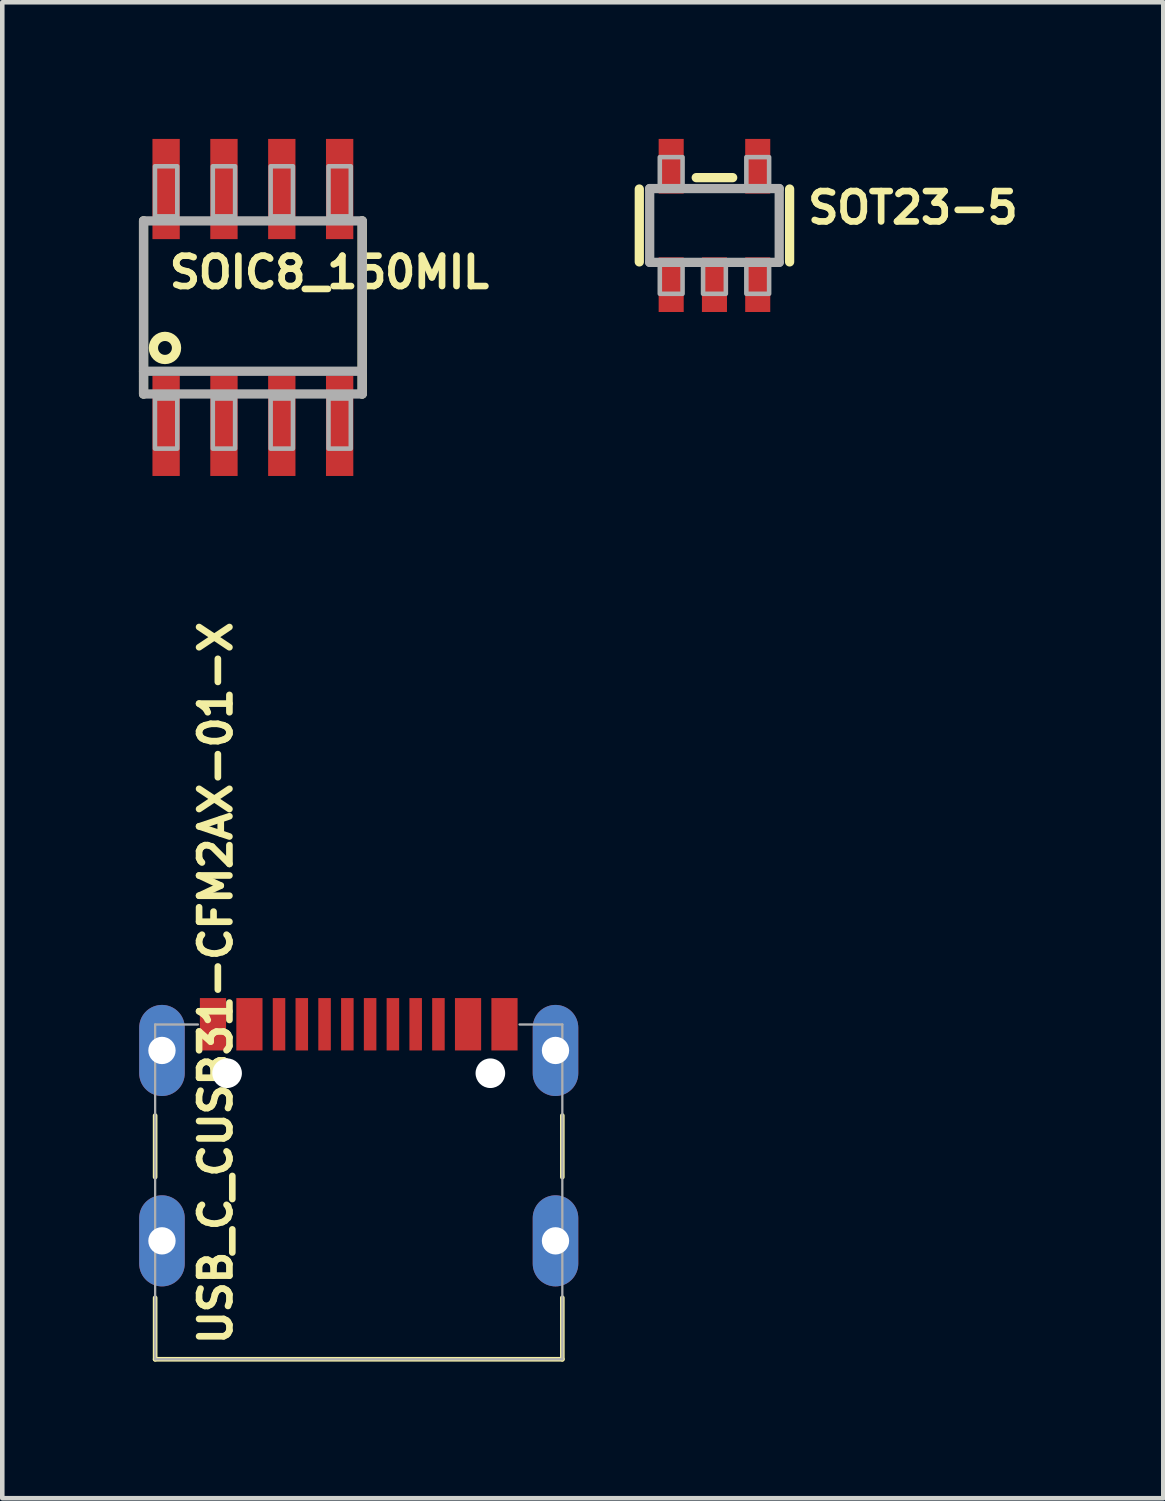
<source format=kicad_pcb>
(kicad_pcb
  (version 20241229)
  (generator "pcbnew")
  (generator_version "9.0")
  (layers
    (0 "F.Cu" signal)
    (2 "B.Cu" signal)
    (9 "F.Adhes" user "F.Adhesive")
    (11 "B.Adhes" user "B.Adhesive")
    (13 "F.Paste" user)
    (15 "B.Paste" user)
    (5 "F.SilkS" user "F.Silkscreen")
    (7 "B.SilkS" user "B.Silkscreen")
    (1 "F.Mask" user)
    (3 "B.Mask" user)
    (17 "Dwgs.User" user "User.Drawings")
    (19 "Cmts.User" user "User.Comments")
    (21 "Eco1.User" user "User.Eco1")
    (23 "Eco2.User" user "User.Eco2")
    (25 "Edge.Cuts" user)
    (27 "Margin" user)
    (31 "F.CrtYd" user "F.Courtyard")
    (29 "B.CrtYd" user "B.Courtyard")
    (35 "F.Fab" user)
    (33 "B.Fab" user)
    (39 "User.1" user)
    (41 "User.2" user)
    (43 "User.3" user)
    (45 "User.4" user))
  (footprint "SOIC8_150MIL"
    (layer "F.Cu")
    (at 2.502 3.7)
    (property "Reference" "SOIC8_150MIL" (at -1.905 -0.381 0) (layer "F.SilkS") (effects (font (size 0.666 0.666) (thickness 0.146)) (justify left bottom)))
    (fp_line (start -2.4 1.9) (end -2.4 -1.9) (stroke (width 0.203) (type solid)) (layer "F.SilkS"))
    (fp_line (start 2.4 -1.9) (end 2.4 1.9) (stroke (width 0.203) (type solid)) (layer "F.SilkS"))
    (fp_circle (center -1.93 0.889) (end -1.676 0.889) (stroke (width 0.203) (type solid)) (fill no) (layer "F.SilkS"))
    (fp_line (start -2.4 -1.9) (end 2.4 -1.9) (stroke (width 0.203) (type solid)) (layer "F.Fab"))
    (fp_line (start -2.4 1.4) (end -2.4 -1.9) (stroke (width 0.203) (type solid)) (layer "F.Fab"))
    (fp_line (start -2.4 1.9) (end -2.4 1.4) (stroke (width 0.203) (type solid)) (layer "F.Fab"))
    (fp_line (start 2.4 -1.9) (end 2.4 1.4) (stroke (width 0.203) (type solid)) (layer "F.Fab"))
    (fp_line (start 2.4 1.4) (end -2.4 1.4) (stroke (width 0.203) (type solid)) (layer "F.Fab"))
    (fp_line (start 2.4 1.4) (end 2.4 1.9) (stroke (width 0.203) (type solid)) (layer "F.Fab"))
    (fp_line (start 2.4 1.9) (end -2.4 1.9) (stroke (width 0.203) (type solid)) (layer "F.Fab"))
    (fp_poly (pts (xy -2.15 -2) (xy -1.66 -2) (xy -1.66 -3.1) (xy -2.15 -3.1)) (stroke (width 0.1) (type solid)) (fill no) (layer "F.Fab"))
    (fp_poly (pts (xy -2.15 3.1) (xy -1.66 3.1) (xy -1.66 2) (xy -2.15 2)) (stroke (width 0.1) (type solid)) (fill no) (layer "F.Fab"))
    (fp_poly (pts (xy -0.88 -2) (xy -0.39 -2) (xy -0.39 -3.1) (xy -0.88 -3.1)) (stroke (width 0.1) (type solid)) (fill no) (layer "F.Fab"))
    (fp_poly (pts (xy -0.88 3.1) (xy -0.39 3.1) (xy -0.39 2) (xy -0.88 2)) (stroke (width 0.1) (type solid)) (fill no) (layer "F.Fab"))
    (fp_poly (pts (xy 0.39 -2) (xy 0.88 -2) (xy 0.88 -3.1) (xy 0.39 -3.1)) (stroke (width 0.1) (type solid)) (fill no) (layer "F.Fab"))
    (fp_poly (pts (xy 0.39 3.1) (xy 0.88 3.1) (xy 0.88 2) (xy 0.39 2)) (stroke (width 0.1) (type solid)) (fill no) (layer "F.Fab"))
    (fp_poly (pts (xy 1.66 -2) (xy 2.15 -2) (xy 2.15 -3.1) (xy 1.66 -3.1)) (stroke (width 0.1) (type solid)) (fill no) (layer "F.Fab"))
    (fp_poly (pts (xy 1.66 3.1) (xy 2.15 3.1) (xy 2.15 2) (xy 1.66 2)) (stroke (width 0.1) (type solid)) (fill no) (layer "F.Fab"))
    (pad "1" smd rect (at -1.905 2.6) (size 0.6 2.2) (layers "F.Cu" "F.Mask" "F.Paste"))
    (pad "2" smd rect (at -0.635 2.6) (size 0.6 2.2) (layers "F.Cu" "F.Mask" "F.Paste"))
    (pad "3" smd rect (at 0.635 2.6) (size 0.6 2.2) (layers "F.Cu" "F.Mask" "F.Paste"))
    (pad "4" smd rect (at 1.905 2.6) (size 0.6 2.2) (layers "F.Cu" "F.Mask" "F.Paste"))
    (pad "5" smd rect (at 1.905 -2.6) (size 0.6 2.2) (layers "F.Cu" "F.Mask" "F.Paste"))
    (pad "6" smd rect (at 0.635 -2.6) (size 0.6 2.2) (layers "F.Cu" "F.Mask" "F.Paste"))
    (pad "7" smd rect (at -0.635 -2.6) (size 0.6 2.2) (layers "F.Cu" "F.Mask" "F.Paste"))
    (pad "8" smd rect (at -1.905 -2.6) (size 0.6 2.2) (layers "F.Cu" "F.Mask" "F.Paste")))
  (footprint "SOT23-5"
    (layer "F.Cu")
    (at 12.636 1.9)
    (property "Reference" "SOT23-5" (at 1.978 0 0) (layer "F.SilkS") (effects (font (size 0.666 0.666) (thickness 0.146)) (justify left bottom)))
    (fp_line (start -1.65 -0.8) (end -1.65 0.8) (stroke (width 0.203) (type solid)) (layer "F.SilkS"))
    (fp_line (start -0.4 -1.05) (end 0.4 -1.05) (stroke (width 0.203) (type solid)) (layer "F.SilkS"))
    (fp_line (start 1.65 -0.8) (end 1.65 0.8) (stroke (width 0.203) (type solid)) (layer "F.SilkS"))
    (fp_line (start -1.422 -0.81) (end 1.422 -0.81) (stroke (width 0.203) (type solid)) (layer "F.Fab"))
    (fp_line (start -1.422 0.81) (end -1.422 -0.81) (stroke (width 0.203) (type solid)) (layer "F.Fab"))
    (fp_line (start 1.422 -0.81) (end 1.422 0.81) (stroke (width 0.203) (type solid)) (layer "F.Fab"))
    (fp_line (start 1.422 0.81) (end -1.422 0.81) (stroke (width 0.203) (type solid)) (layer "F.Fab"))
    (fp_poly (pts (xy -1.2 -0.85) (xy -0.7 -0.85) (xy -0.7 -1.5) (xy -1.2 -1.5)) (stroke (width 0.1) (type solid)) (fill no) (layer "F.Fab"))
    (fp_poly (pts (xy -1.2 1.5) (xy -0.7 1.5) (xy -0.7 0.85) (xy -1.2 0.85)) (stroke (width 0.1) (type solid)) (fill no) (layer "F.Fab"))
    (fp_poly (pts (xy -0.25 1.5) (xy 0.25 1.5) (xy 0.25 0.85) (xy -0.25 0.85)) (stroke (width 0.1) (type solid)) (fill no) (layer "F.Fab"))
    (fp_poly (pts (xy 0.7 -0.85) (xy 1.2 -0.85) (xy 1.2 -1.5) (xy 0.7 -1.5)) (stroke (width 0.1) (type solid)) (fill no) (layer "F.Fab"))
    (fp_poly (pts (xy 0.7 1.5) (xy 1.2 1.5) (xy 1.2 0.85) (xy 0.7 0.85)) (stroke (width 0.1) (type solid)) (fill no) (layer "F.Fab"))
    (pad "1" smd rect (at -0.95 1.3) (size 0.55 1.2) (layers "F.Cu" "F.Mask" "F.Paste"))
    (pad "2" smd rect (at 0 1.3) (size 0.55 1.2) (layers "F.Cu" "F.Mask" "F.Paste"))
    (pad "3" smd rect (at 0.95 1.3) (size 0.55 1.2) (layers "F.Cu" "F.Mask" "F.Paste"))
    (pad "4" smd rect (at 0.95 -1.3) (size 0.55 1.2) (layers "F.Cu" "F.Mask" "F.Paste"))
    (pad "5" smd rect (at -0.95 -1.3) (size 0.55 1.2) (layers "F.Cu" "F.Mask" "F.Paste")))
  (footprint "USB_C_CUSB31-CFM2AX-01-X"
    (layer "F.Cu")
    (at 4.826 22.983)
    (property "Reference" "USB_C_CUSB31-CFM2AX-01-X" (at -2.75 3.56 90) (layer "F.SilkS") (effects (font (size 0.666 0.666) (thickness 0.146)) (justify left bottom)))
    (fp_line (start -4.47 -0.19) (end -4.47 -1.54) (stroke (width 0.102) (type solid)) (layer "F.SilkS"))
    (fp_line (start -4.47 3.81) (end -4.47 2.46) (stroke (width 0.102) (type solid)) (layer "F.SilkS"))
    (fp_line (start 4.47 -1.54) (end 4.47 -0.19) (stroke (width 0.102) (type solid)) (layer "F.SilkS"))
    (fp_line (start 4.47 2.46) (end 4.47 3.81) (stroke (width 0.102) (type solid)) (layer "F.SilkS"))
    (fp_line (start 4.47 3.81) (end -4.47 3.81) (stroke (width 0.102) (type solid)) (layer "F.SilkS"))
    (fp_poly (pts (xy -4.169 -3.939) (xy -4.034 -3.87) (xy -3.928 -3.763) (xy -3.835 -3.48) (xy -3.835 -2.464) (xy -3.859 -2.315) (xy -3.928 -2.18) (xy -4.034 -2.073) (xy -4.318 -1.981) (xy -4.449 -1.999) (xy -4.572 -2.049) (xy -4.677 -2.13) (xy -4.758 -2.235) (xy -4.826 -2.489) (xy -4.826 -3.454) (xy -4.809 -3.586) (xy -4.758 -3.708) (xy -4.677 -3.814) (xy -4.572 -3.894) (xy -4.318 -3.962)) (stroke (width 0) (type solid)) (fill yes) (layer "F.Paste"))
    (fp_poly (pts (xy -4.156 0.24) (xy -4.022 0.308) (xy -3.915 0.415) (xy -3.823 0.699) (xy -3.823 1.714) (xy -3.846 1.864) (xy -3.915 1.998) (xy -4.022 2.105) (xy -4.305 2.197) (xy -4.437 2.18) (xy -4.559 2.129) (xy -4.665 2.048) (xy -4.745 1.943) (xy -4.813 1.689) (xy -4.813 0.724) (xy -4.796 0.592) (xy -4.745 0.47) (xy -4.665 0.365) (xy -4.559 0.284) (xy -4.305 0.216)) (stroke (width 0) (type solid)) (fill yes) (layer "F.Paste"))
    (fp_poly (pts (xy 4.48 -3.951) (xy 4.614 -3.883) (xy 4.721 -3.776) (xy 4.813 -3.493) (xy 4.813 -2.477) (xy 4.79 -2.327) (xy 4.721 -2.193) (xy 4.614 -2.086) (xy 4.331 -1.994) (xy 4.199 -2.011) (xy 4.077 -2.062) (xy 3.971 -2.143) (xy 3.891 -2.248) (xy 3.823 -2.502) (xy 3.823 -3.467) (xy 3.84 -3.599) (xy 3.891 -3.721) (xy 3.971 -3.826) (xy 4.077 -3.907) (xy 4.331 -3.975)) (stroke (width 0) (type solid)) (fill yes) (layer "F.Paste"))
    (fp_poly (pts (xy 4.48 0.24) (xy 4.614 0.308) (xy 4.721 0.415) (xy 4.813 0.699) (xy 4.813 1.714) (xy 4.79 1.864) (xy 4.721 1.998) (xy 4.614 2.105) (xy 4.331 2.197) (xy 4.199 2.18) (xy 4.077 2.129) (xy 3.971 2.048) (xy 3.891 1.943) (xy 3.823 1.689) (xy 3.823 0.724) (xy 3.84 0.592) (xy 3.891 0.47) (xy 3.971 0.365) (xy 4.077 0.284) (xy 4.331 0.216)) (stroke (width 0) (type solid)) (fill yes) (layer "F.Paste"))
    (fp_line (start -4.47 -3.54) (end -3.53 -3.54) (stroke (width 0.05) (type solid)) (layer "F.Fab"))
    (fp_line (start -4.47 3.81) (end -4.47 -3.54) (stroke (width 0.05) (type solid)) (layer "F.Fab"))
    (fp_line (start 3.53 -3.54) (end 4.47 -3.54) (stroke (width 0.05) (type solid)) (layer "F.Fab"))
    (fp_line (start 4.47 -3.54) (end 4.47 3.81) (stroke (width 0.05) (type solid)) (layer "F.Fab"))
    (fp_line (start 4.47 3.81) (end -4.47 3.81) (stroke (width 0.05) (type solid)) (layer "F.Fab"))
    (pad "" np_thru_hole circle (at -2.89 -2.47) (size 0.65 0.65) (drill 0.65) (layers "*.Cu" "*.Mask"))
    (pad "" np_thru_hole circle (at 2.89 -2.47) (size 0.65 0.65) (drill 0.65) (layers "*.Cu" "*.Mask"))
    (pad "A1B12" smd rect (at -3.2 -3.545) (size 0.575 1.15) (layers "F.Cu" "F.Mask" "F.Paste"))
    (pad "A4B9" smd rect (at -2.4 -3.545) (size 0.575 1.15) (layers "F.Cu" "F.Mask" "F.Paste"))
    (pad "A5" smd rect (at -1.25 -3.545) (size 0.275 1.15) (layers "F.Cu" "F.Mask" "F.Paste"))
    (pad "A6" smd rect (at -0.25 -3.545) (size 0.275 1.15) (layers "F.Cu" "F.Mask" "F.Paste"))
    (pad "A7" smd rect (at 0.25 -3.545) (size 0.275 1.15) (layers "F.Cu" "F.Mask" "F.Paste"))
    (pad "A8" smd rect (at 1.25 -3.545) (size 0.275 1.15) (layers "F.Cu" "F.Mask" "F.Paste"))
    (pad "B1A12" smd rect (at 3.2 -3.545) (size 0.575 1.15) (layers "F.Cu" "F.Mask" "F.Paste"))
    (pad "B4A9" smd rect (at 2.4 -3.545) (size 0.575 1.15) (layers "F.Cu" "F.Mask" "F.Paste"))
    (pad "B5" smd rect (at 1.75 -3.545) (size 0.275 1.15) (layers "F.Cu" "F.Mask" "F.Paste"))
    (pad "B6" smd rect (at 0.75 -3.545) (size 0.275 1.15) (layers "F.Cu" "F.Mask" "F.Paste"))
    (pad "B7" smd rect (at -0.75 -3.545) (size 0.275 1.15) (layers "F.Cu" "F.Mask" "F.Paste"))
    (pad "B8" smd rect (at -1.75 -3.545) (size 0.275 1.15) (layers "F.Cu" "F.Mask" "F.Paste"))
    (pad "M1" thru_hole oval (at -4.32 -2.97 90) (size 2 1) (drill 0.6) (layers "*.Cu" "*.Mask"))
    (pad "M2" thru_hole oval (at 4.32 -2.97 90) (size 2 1) (drill 0.6) (layers "*.Cu" "*.Mask"))
    (pad "M3" thru_hole oval (at -4.32 1.21 90) (size 2 1) (drill 0.6) (layers "*.Cu" "*.Mask"))
    (pad "M4" thru_hole oval (at 4.32 1.21 90) (size 2 1) (drill 0.6) (layers "*.Cu" "*.Mask")))
  (gr_rect
    (start -3 -3)
    (end 22.49 29.844)
    (stroke (width 0.1) (type default))
    (fill no)
    (layer "Edge.Cuts")))
</source>
